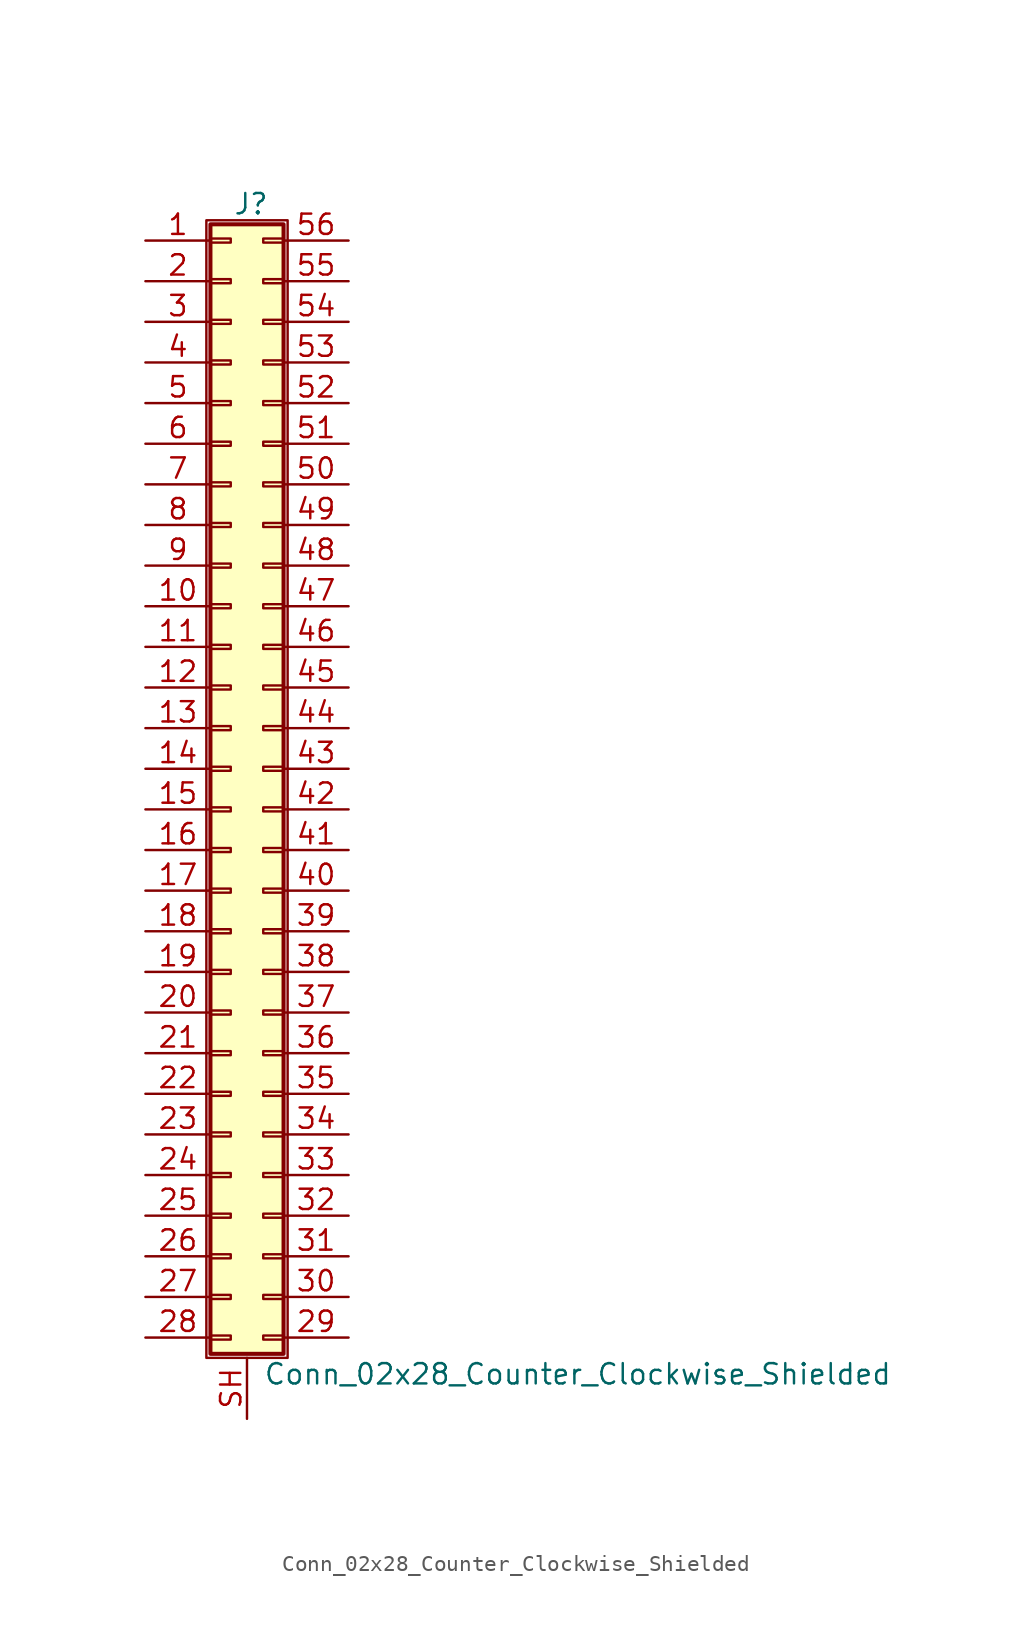
<source format=kicad_sym>
(kicad_symbol_lib
  (version 20201005)
  (generator kicad_symbol_editor)
  (symbol "Connector_Generic_Shielded:Conn_02x28_Counter_Clockwise_Shielded"
    (pin_names
      (offset 1.016) hide)
    (property "Reference" "J"
      (at 1.524 35.306 0)
      (effects (font (size 1.27 1.27))))
    (property "Value" "Conn_02x28_Counter_Clockwise_Shielded"
      (at 2.286 -37.846 0)
      (effects (font (size 1.27 1.27)) (justify left)))
    (symbol "Conn_02x28_Counter_Clockwise_Shielded_1_1"
      (rectangle (start -1.016 -27.813) (end 0.254 -28.067) (stroke (width 0.152)) (fill (type none)))
      (rectangle (start -1.016 -30.353) (end 0.254 -30.607) (stroke (width 0.152)) (fill (type none)))
      (rectangle (start -1.016 -32.893) (end 0.254 -33.147) (stroke (width 0.152)) (fill (type none)))
      (rectangle (start -1.016 -35.433) (end 0.254 -35.687) (stroke (width 0.152)) (fill (type none)))
      (rectangle (start -1.016 -4.953) (end 0.254 -5.207) (stroke (width 0.152)) (fill (type none)))
      (rectangle (start -1.016 -7.493) (end 0.254 -7.747) (stroke (width 0.152)) (fill (type none)))
      (rectangle (start -1.016 -10.033) (end 0.254 -10.287) (stroke (width 0.152)) (fill (type none)))
      (rectangle (start -1.016 -12.573) (end 0.254 -12.827) (stroke (width 0.152)) (fill (type none)))
      (rectangle (start -1.016 -15.113) (end 0.254 -15.367) (stroke (width 0.152)) (fill (type none)))
      (rectangle (start -1.016 -17.653) (end 0.254 -17.907) (stroke (width 0.152)) (fill (type none)))
      (rectangle (start -1.016 -20.193) (end 0.254 -20.447) (stroke (width 0.152)) (fill (type none)))
      (rectangle (start -1.016 -22.733) (end 0.254 -22.987) (stroke (width 0.152)) (fill (type none)))
      (rectangle (start -1.016 -2.413) (end 0.254 -2.667) (stroke (width 0.152)) (fill (type none)))
      (rectangle (start -1.016 -25.273) (end 0.254 -25.527) (stroke (width 0.152)) (fill (type none)))
      (rectangle (start -1.016 25.527) (end 0.254 25.273) (stroke (width 0.152)) (fill (type none)))
      (rectangle (start -1.016 2.667) (end 0.254 2.413) (stroke (width 0.152)) (fill (type none)))
      (rectangle (start -1.016 28.067) (end 0.254 27.813) (stroke (width 0.152)) (fill (type none)))
      (rectangle (start -1.016 30.607) (end 0.254 30.353) (stroke (width 0.152)) (fill (type none)))
      (rectangle (start -1.016 33.147) (end 0.254 32.893) (stroke (width 0.152)) (fill (type none)))
      (rectangle (start -1.016 34.036) (end 3.556 -36.576) (stroke (width 0.254)) (fill (type background)))
      (rectangle (start -1.016 5.207) (end 0.254 4.953) (stroke (width 0.152)) (fill (type none)))
      (rectangle (start -1.016 7.747) (end 0.254 7.493) (stroke (width 0.152)) (fill (type none)))
      (rectangle (start -1.016 10.287) (end 0.254 10.033) (stroke (width 0.152)) (fill (type none)))
      (rectangle (start -1.016 0.127) (end 0.254 -0.127) (stroke (width 0.152)) (fill (type none)))
      (rectangle (start -1.016 12.827) (end 0.254 12.573) (stroke (width 0.152)) (fill (type none)))
      (rectangle (start -1.016 15.367) (end 0.254 15.113) (stroke (width 0.152)) (fill (type none)))
      (rectangle (start -1.016 17.907) (end 0.254 17.653) (stroke (width 0.152)) (fill (type none)))
      (rectangle (start -1.016 20.447) (end 0.254 20.193) (stroke (width 0.152)) (fill (type none)))
      (rectangle (start -1.016 22.987) (end 0.254 22.733) (stroke (width 0.152)) (fill (type none)))
      (rectangle (start -1.27 34.29) (end 3.81 -36.83) (stroke (width 0.152)) (fill (type none)))
      (rectangle (start 3.556 -27.813) (end 2.286 -28.067) (stroke (width 0.152)) (fill (type none)))
      (rectangle (start 3.556 -30.353) (end 2.286 -30.607) (stroke (width 0.152)) (fill (type none)))
      (rectangle (start 3.556 -32.893) (end 2.286 -33.147) (stroke (width 0.152)) (fill (type none)))
      (rectangle (start 3.556 -35.433) (end 2.286 -35.687) (stroke (width 0.152)) (fill (type none)))
      (rectangle (start 3.556 -4.953) (end 2.286 -5.207) (stroke (width 0.152)) (fill (type none)))
      (rectangle (start 3.556 -7.493) (end 2.286 -7.747) (stroke (width 0.152)) (fill (type none)))
      (rectangle (start 3.556 -10.033) (end 2.286 -10.287) (stroke (width 0.152)) (fill (type none)))
      (rectangle (start 3.556 -12.573) (end 2.286 -12.827) (stroke (width 0.152)) (fill (type none)))
      (rectangle (start 3.556 -15.113) (end 2.286 -15.367) (stroke (width 0.152)) (fill (type none)))
      (rectangle (start 3.556 -17.653) (end 2.286 -17.907) (stroke (width 0.152)) (fill (type none)))
      (rectangle (start 3.556 -20.193) (end 2.286 -20.447) (stroke (width 0.152)) (fill (type none)))
      (rectangle (start 3.556 -22.733) (end 2.286 -22.987) (stroke (width 0.152)) (fill (type none)))
      (rectangle (start 3.556 -2.413) (end 2.286 -2.667) (stroke (width 0.152)) (fill (type none)))
      (rectangle (start 3.556 -25.273) (end 2.286 -25.527) (stroke (width 0.152)) (fill (type none)))
      (rectangle (start 3.556 25.527) (end 2.286 25.273) (stroke (width 0.152)) (fill (type none)))
      (rectangle (start 3.556 2.667) (end 2.286 2.413) (stroke (width 0.152)) (fill (type none)))
      (rectangle (start 3.556 28.067) (end 2.286 27.813) (stroke (width 0.152)) (fill (type none)))
      (rectangle (start 3.556 30.607) (end 2.286 30.353) (stroke (width 0.152)) (fill (type none)))
      (rectangle (start 3.556 33.147) (end 2.286 32.893) (stroke (width 0.152)) (fill (type none)))
      (rectangle (start 3.556 5.207) (end 2.286 4.953) (stroke (width 0.152)) (fill (type none)))
      (rectangle (start 3.556 7.747) (end 2.286 7.493) (stroke (width 0.152)) (fill (type none)))
      (rectangle (start 3.556 10.287) (end 2.286 10.033) (stroke (width 0.152)) (fill (type none)))
      (rectangle (start 3.556 0.127) (end 2.286 -0.127) (stroke (width 0.152)) (fill (type none)))
      (rectangle (start 3.556 12.827) (end 2.286 12.573) (stroke (width 0.152)) (fill (type none)))
      (rectangle (start 3.556 15.367) (end 2.286 15.113) (stroke (width 0.152)) (fill (type none)))
      (rectangle (start 3.556 17.907) (end 2.286 17.653) (stroke (width 0.152)) (fill (type none)))
      (rectangle (start 3.556 20.447) (end 2.286 20.193) (stroke (width 0.152)) (fill (type none)))
      (rectangle (start 3.556 22.987) (end 2.286 22.733) (stroke (width 0.152)) (fill (type none)))
      (pin passive line (at -5.08 33.02 0) (length 4.064) (name "Pin_1" (effects (font (size 1.27 1.27)))) (number "1" (effects (font (size 1.27 1.27)))))
      (pin passive line (at -5.08 10.16 0) (length 4.064) (name "Pin_10" (effects (font (size 1.27 1.27)))) (number "10" (effects (font (size 1.27 1.27)))))
      (pin passive line (at -5.08 7.62 0) (length 4.064) (name "Pin_11" (effects (font (size 1.27 1.27)))) (number "11" (effects (font (size 1.27 1.27)))))
      (pin passive line (at -5.08 5.08 0) (length 4.064) (name "Pin_12" (effects (font (size 1.27 1.27)))) (number "12" (effects (font (size 1.27 1.27)))))
      (pin passive line (at -5.08 2.54 0) (length 4.064) (name "Pin_13" (effects (font (size 1.27 1.27)))) (number "13" (effects (font (size 1.27 1.27)))))
      (pin passive line (at -5.08 0 0) (length 4.064) (name "Pin_14" (effects (font (size 1.27 1.27)))) (number "14" (effects (font (size 1.27 1.27)))))
      (pin passive line (at -5.08 -2.54 0) (length 4.064) (name "Pin_15" (effects (font (size 1.27 1.27)))) (number "15" (effects (font (size 1.27 1.27)))))
      (pin passive line (at -5.08 -5.08 0) (length 4.064) (name "Pin_16" (effects (font (size 1.27 1.27)))) (number "16" (effects (font (size 1.27 1.27)))))
      (pin passive line (at -5.08 -7.62 0) (length 4.064) (name "Pin_17" (effects (font (size 1.27 1.27)))) (number "17" (effects (font (size 1.27 1.27)))))
      (pin passive line (at -5.08 -10.16 0) (length 4.064) (name "Pin_18" (effects (font (size 1.27 1.27)))) (number "18" (effects (font (size 1.27 1.27)))))
      (pin passive line (at -5.08 -12.7 0) (length 4.064) (name "Pin_19" (effects (font (size 1.27 1.27)))) (number "19" (effects (font (size 1.27 1.27)))))
      (pin passive line (at -5.08 30.48 0) (length 4.064) (name "Pin_2" (effects (font (size 1.27 1.27)))) (number "2" (effects (font (size 1.27 1.27)))))
      (pin passive line (at -5.08 -15.24 0) (length 4.064) (name "Pin_20" (effects (font (size 1.27 1.27)))) (number "20" (effects (font (size 1.27 1.27)))))
      (pin passive line (at -5.08 -17.78 0) (length 4.064) (name "Pin_21" (effects (font (size 1.27 1.27)))) (number "21" (effects (font (size 1.27 1.27)))))
      (pin passive line (at -5.08 -20.32 0) (length 4.064) (name "Pin_22" (effects (font (size 1.27 1.27)))) (number "22" (effects (font (size 1.27 1.27)))))
      (pin passive line (at -5.08 -22.86 0) (length 4.064) (name "Pin_23" (effects (font (size 1.27 1.27)))) (number "23" (effects (font (size 1.27 1.27)))))
      (pin passive line (at -5.08 -25.4 0) (length 4.064) (name "Pin_24" (effects (font (size 1.27 1.27)))) (number "24" (effects (font (size 1.27 1.27)))))
      (pin passive line (at -5.08 -27.94 0) (length 4.064) (name "Pin_25" (effects (font (size 1.27 1.27)))) (number "25" (effects (font (size 1.27 1.27)))))
      (pin passive line (at -5.08 -30.48 0) (length 4.064) (name "Pin_26" (effects (font (size 1.27 1.27)))) (number "26" (effects (font (size 1.27 1.27)))))
      (pin passive line (at -5.08 -33.02 0) (length 4.064) (name "Pin_27" (effects (font (size 1.27 1.27)))) (number "27" (effects (font (size 1.27 1.27)))))
      (pin passive line (at -5.08 -35.56 0) (length 4.064) (name "Pin_28" (effects (font (size 1.27 1.27)))) (number "28" (effects (font (size 1.27 1.27)))))
      (pin passive line (at 7.62 -35.56 180) (length 4.064) (name "Pin_29" (effects (font (size 1.27 1.27)))) (number "29" (effects (font (size 1.27 1.27)))))
      (pin passive line (at -5.08 27.94 0) (length 4.064) (name "Pin_3" (effects (font (size 1.27 1.27)))) (number "3" (effects (font (size 1.27 1.27)))))
      (pin passive line (at 7.62 -33.02 180) (length 4.064) (name "Pin_30" (effects (font (size 1.27 1.27)))) (number "30" (effects (font (size 1.27 1.27)))))
      (pin passive line (at 7.62 -30.48 180) (length 4.064) (name "Pin_31" (effects (font (size 1.27 1.27)))) (number "31" (effects (font (size 1.27 1.27)))))
      (pin passive line (at 7.62 -27.94 180) (length 4.064) (name "Pin_32" (effects (font (size 1.27 1.27)))) (number "32" (effects (font (size 1.27 1.27)))))
      (pin passive line (at 7.62 -25.4 180) (length 4.064) (name "Pin_33" (effects (font (size 1.27 1.27)))) (number "33" (effects (font (size 1.27 1.27)))))
      (pin passive line (at 7.62 -22.86 180) (length 4.064) (name "Pin_34" (effects (font (size 1.27 1.27)))) (number "34" (effects (font (size 1.27 1.27)))))
      (pin passive line (at 7.62 -20.32 180) (length 4.064) (name "Pin_35" (effects (font (size 1.27 1.27)))) (number "35" (effects (font (size 1.27 1.27)))))
      (pin passive line (at 7.62 -17.78 180) (length 4.064) (name "Pin_36" (effects (font (size 1.27 1.27)))) (number "36" (effects (font (size 1.27 1.27)))))
      (pin passive line (at 7.62 -15.24 180) (length 4.064) (name "Pin_37" (effects (font (size 1.27 1.27)))) (number "37" (effects (font (size 1.27 1.27)))))
      (pin passive line (at 7.62 -12.7 180) (length 4.064) (name "Pin_38" (effects (font (size 1.27 1.27)))) (number "38" (effects (font (size 1.27 1.27)))))
      (pin passive line (at 7.62 -10.16 180) (length 4.064) (name "Pin_39" (effects (font (size 1.27 1.27)))) (number "39" (effects (font (size 1.27 1.27)))))
      (pin passive line (at -5.08 25.4 0) (length 4.064) (name "Pin_4" (effects (font (size 1.27 1.27)))) (number "4" (effects (font (size 1.27 1.27)))))
      (pin passive line (at 7.62 -7.62 180) (length 4.064) (name "Pin_40" (effects (font (size 1.27 1.27)))) (number "40" (effects (font (size 1.27 1.27)))))
      (pin passive line (at 7.62 -5.08 180) (length 4.064) (name "Pin_41" (effects (font (size 1.27 1.27)))) (number "41" (effects (font (size 1.27 1.27)))))
      (pin passive line (at 7.62 -2.54 180) (length 4.064) (name "Pin_42" (effects (font (size 1.27 1.27)))) (number "42" (effects (font (size 1.27 1.27)))))
      (pin passive line (at 7.62 0 180) (length 4.064) (name "Pin_43" (effects (font (size 1.27 1.27)))) (number "43" (effects (font (size 1.27 1.27)))))
      (pin passive line (at 7.62 2.54 180) (length 4.064) (name "Pin_44" (effects (font (size 1.27 1.27)))) (number "44" (effects (font (size 1.27 1.27)))))
      (pin passive line (at 7.62 5.08 180) (length 4.064) (name "Pin_45" (effects (font (size 1.27 1.27)))) (number "45" (effects (font (size 1.27 1.27)))))
      (pin passive line (at 7.62 7.62 180) (length 4.064) (name "Pin_46" (effects (font (size 1.27 1.27)))) (number "46" (effects (font (size 1.27 1.27)))))
      (pin passive line (at 7.62 10.16 180) (length 4.064) (name "Pin_47" (effects (font (size 1.27 1.27)))) (number "47" (effects (font (size 1.27 1.27)))))
      (pin passive line (at 7.62 12.7 180) (length 4.064) (name "Pin_48" (effects (font (size 1.27 1.27)))) (number "48" (effects (font (size 1.27 1.27)))))
      (pin passive line (at 7.62 15.24 180) (length 4.064) (name "Pin_49" (effects (font (size 1.27 1.27)))) (number "49" (effects (font (size 1.27 1.27)))))
      (pin passive line (at -5.08 22.86 0) (length 4.064) (name "Pin_5" (effects (font (size 1.27 1.27)))) (number "5" (effects (font (size 1.27 1.27)))))
      (pin passive line (at 7.62 17.78 180) (length 4.064) (name "Pin_50" (effects (font (size 1.27 1.27)))) (number "50" (effects (font (size 1.27 1.27)))))
      (pin passive line (at 7.62 20.32 180) (length 4.064) (name "Pin_51" (effects (font (size 1.27 1.27)))) (number "51" (effects (font (size 1.27 1.27)))))
      (pin passive line (at 7.62 22.86 180) (length 4.064) (name "Pin_52" (effects (font (size 1.27 1.27)))) (number "52" (effects (font (size 1.27 1.27)))))
      (pin passive line (at 7.62 25.4 180) (length 4.064) (name "Pin_53" (effects (font (size 1.27 1.27)))) (number "53" (effects (font (size 1.27 1.27)))))
      (pin passive line (at 7.62 27.94 180) (length 4.064) (name "Pin_54" (effects (font (size 1.27 1.27)))) (number "54" (effects (font (size 1.27 1.27)))))
      (pin passive line (at 7.62 30.48 180) (length 4.064) (name "Pin_55" (effects (font (size 1.27 1.27)))) (number "55" (effects (font (size 1.27 1.27)))))
      (pin passive line (at 7.62 33.02 180) (length 4.064) (name "Pin_56" (effects (font (size 1.27 1.27)))) (number "56" (effects (font (size 1.27 1.27)))))
      (pin passive line (at -5.08 20.32 0) (length 4.064) (name "Pin_6" (effects (font (size 1.27 1.27)))) (number "6" (effects (font (size 1.27 1.27)))))
      (pin passive line (at -5.08 17.78 0) (length 4.064) (name "Pin_7" (effects (font (size 1.27 1.27)))) (number "7" (effects (font (size 1.27 1.27)))))
      (pin passive line (at -5.08 15.24 0) (length 4.064) (name "Pin_8" (effects (font (size 1.27 1.27)))) (number "8" (effects (font (size 1.27 1.27)))))
      (pin passive line (at -5.08 12.7 0) (length 4.064) (name "Pin_9" (effects (font (size 1.27 1.27)))) (number "9" (effects (font (size 1.27 1.27)))))
      (pin passive line (at 1.27 -40.64 90) (length 3.81) (name "Shield" (effects (font (size 1.27 1.27)))) (number "SH" (effects (font (size 1.27 1.27))))))))
</source>
